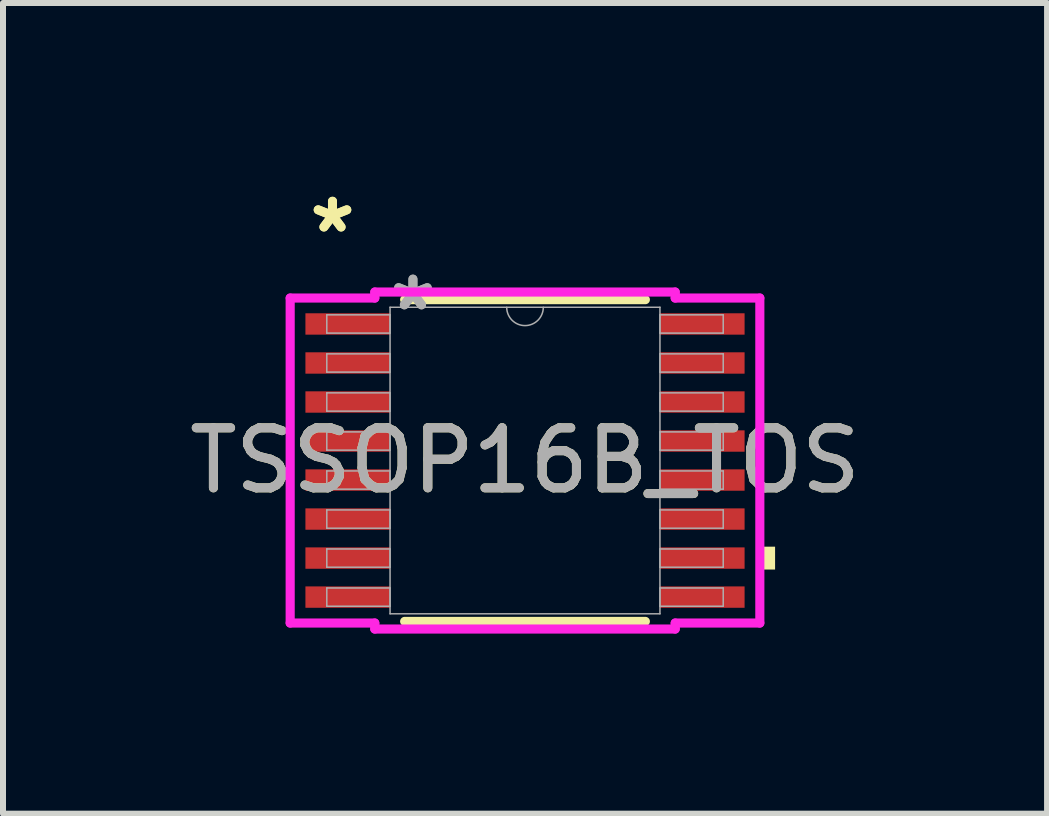
<source format=kicad_pcb>
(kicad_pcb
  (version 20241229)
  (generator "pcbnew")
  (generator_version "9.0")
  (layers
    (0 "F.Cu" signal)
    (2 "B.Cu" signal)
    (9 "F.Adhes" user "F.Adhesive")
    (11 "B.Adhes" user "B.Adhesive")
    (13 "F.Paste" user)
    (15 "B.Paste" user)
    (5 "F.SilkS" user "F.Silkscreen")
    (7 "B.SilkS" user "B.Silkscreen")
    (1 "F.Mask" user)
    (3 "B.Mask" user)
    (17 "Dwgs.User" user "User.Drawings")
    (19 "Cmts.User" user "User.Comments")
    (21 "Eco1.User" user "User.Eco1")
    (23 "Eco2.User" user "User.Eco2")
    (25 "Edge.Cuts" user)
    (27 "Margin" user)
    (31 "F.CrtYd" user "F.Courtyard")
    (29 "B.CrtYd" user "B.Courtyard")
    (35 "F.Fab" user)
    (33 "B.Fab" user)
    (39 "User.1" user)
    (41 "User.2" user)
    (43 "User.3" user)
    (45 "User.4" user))
  (footprint "TSSOP16B_TOS"
    (layer "F.Cu")
    (at 5.696 4.622)
    (property "Reference" "TSSOP16B_TOS" (at 0 0 0) (unlocked yes) (layer "F.SilkS") (effects (font (size 1 1) (thickness 0.15))))
    (attr smd)
    (fp_line (start -2.005 2.68) (end 2.005 2.68) (stroke (width 0.152) (type solid)) (layer "F.SilkS"))
    (fp_line (start 2.005 -2.68) (end -2.005 -2.68) (stroke (width 0.152) (type solid)) (layer "F.SilkS"))
    (fp_poly (pts (xy 4.166 1.435) (xy 4.166 1.816) (xy 3.912 1.816) (xy 3.912 1.435)) (stroke (width 0) (type solid)) (fill yes) (layer "F.SilkS"))
    (fp_line (start -3.912 -2.707) (end -2.502 -2.707) (stroke (width 0.152) (type solid)) (layer "F.CrtYd"))
    (fp_line (start -3.912 2.707) (end -3.912 -2.707) (stroke (width 0.152) (type solid)) (layer "F.CrtYd"))
    (fp_line (start -3.912 2.707) (end -2.502 2.707) (stroke (width 0.152) (type solid)) (layer "F.CrtYd"))
    (fp_line (start -2.502 -2.807) (end 2.502 -2.807) (stroke (width 0.152) (type solid)) (layer "F.CrtYd"))
    (fp_line (start -2.502 -2.707) (end -2.502 -2.807) (stroke (width 0.152) (type solid)) (layer "F.CrtYd"))
    (fp_line (start -2.502 2.807) (end -2.502 2.707) (stroke (width 0.152) (type solid)) (layer "F.CrtYd"))
    (fp_line (start 2.502 -2.807) (end 2.502 -2.707) (stroke (width 0.152) (type solid)) (layer "F.CrtYd"))
    (fp_line (start 2.502 2.707) (end 2.502 2.807) (stroke (width 0.152) (type solid)) (layer "F.CrtYd"))
    (fp_line (start 2.502 2.807) (end -2.502 2.807) (stroke (width 0.152) (type solid)) (layer "F.CrtYd"))
    (fp_line (start 3.912 -2.707) (end 2.502 -2.707) (stroke (width 0.152) (type solid)) (layer "F.CrtYd"))
    (fp_line (start 3.912 -2.707) (end 3.912 2.707) (stroke (width 0.152) (type solid)) (layer "F.CrtYd"))
    (fp_line (start 3.912 2.707) (end 2.502 2.707) (stroke (width 0.152) (type solid)) (layer "F.CrtYd"))
    (fp_line (start -3.302 -2.427) (end -3.302 -2.123) (stroke (width 0.025) (type solid)) (layer "F.Fab"))
    (fp_line (start -3.302 -2.123) (end -2.248 -2.123) (stroke (width 0.025) (type solid)) (layer "F.Fab"))
    (fp_line (start -3.302 -1.777) (end -3.302 -1.473) (stroke (width 0.025) (type solid)) (layer "F.Fab"))
    (fp_line (start -3.302 -1.473) (end -2.248 -1.473) (stroke (width 0.025) (type solid)) (layer "F.Fab"))
    (fp_line (start -3.302 -1.127) (end -3.302 -0.823) (stroke (width 0.025) (type solid)) (layer "F.Fab"))
    (fp_line (start -3.302 -0.823) (end -2.248 -0.823) (stroke (width 0.025) (type solid)) (layer "F.Fab"))
    (fp_line (start -3.302 -0.477) (end -3.302 -0.173) (stroke (width 0.025) (type solid)) (layer "F.Fab"))
    (fp_line (start -3.302 -0.173) (end -2.248 -0.173) (stroke (width 0.025) (type solid)) (layer "F.Fab"))
    (fp_line (start -3.302 0.173) (end -3.302 0.477) (stroke (width 0.025) (type solid)) (layer "F.Fab"))
    (fp_line (start -3.302 0.477) (end -2.248 0.477) (stroke (width 0.025) (type solid)) (layer "F.Fab"))
    (fp_line (start -3.302 0.823) (end -3.302 1.127) (stroke (width 0.025) (type solid)) (layer "F.Fab"))
    (fp_line (start -3.302 1.127) (end -2.248 1.127) (stroke (width 0.025) (type solid)) (layer "F.Fab"))
    (fp_line (start -3.302 1.473) (end -3.302 1.777) (stroke (width 0.025) (type solid)) (layer "F.Fab"))
    (fp_line (start -3.302 1.777) (end -2.248 1.777) (stroke (width 0.025) (type solid)) (layer "F.Fab"))
    (fp_line (start -3.302 2.123) (end -3.302 2.427) (stroke (width 0.025) (type solid)) (layer "F.Fab"))
    (fp_line (start -3.302 2.427) (end -2.248 2.427) (stroke (width 0.025) (type solid)) (layer "F.Fab"))
    (fp_line (start -2.248 -2.553) (end -2.248 2.553) (stroke (width 0.025) (type solid)) (layer "F.Fab"))
    (fp_line (start -2.248 -2.427) (end -3.302 -2.427) (stroke (width 0.025) (type solid)) (layer "F.Fab"))
    (fp_line (start -2.248 -2.123) (end -2.248 -2.427) (stroke (width 0.025) (type solid)) (layer "F.Fab"))
    (fp_line (start -2.248 -1.777) (end -3.302 -1.777) (stroke (width 0.025) (type solid)) (layer "F.Fab"))
    (fp_line (start -2.248 -1.473) (end -2.248 -1.777) (stroke (width 0.025) (type solid)) (layer "F.Fab"))
    (fp_line (start -2.248 -1.127) (end -3.302 -1.127) (stroke (width 0.025) (type solid)) (layer "F.Fab"))
    (fp_line (start -2.248 -0.823) (end -2.248 -1.127) (stroke (width 0.025) (type solid)) (layer "F.Fab"))
    (fp_line (start -2.248 -0.477) (end -3.302 -0.477) (stroke (width 0.025) (type solid)) (layer "F.Fab"))
    (fp_line (start -2.248 -0.173) (end -2.248 -0.477) (stroke (width 0.025) (type solid)) (layer "F.Fab"))
    (fp_line (start -2.248 0.173) (end -3.302 0.173) (stroke (width 0.025) (type solid)) (layer "F.Fab"))
    (fp_line (start -2.248 0.477) (end -2.248 0.173) (stroke (width 0.025) (type solid)) (layer "F.Fab"))
    (fp_line (start -2.248 0.823) (end -3.302 0.823) (stroke (width 0.025) (type solid)) (layer "F.Fab"))
    (fp_line (start -2.248 1.127) (end -2.248 0.823) (stroke (width 0.025) (type solid)) (layer "F.Fab"))
    (fp_line (start -2.248 1.473) (end -3.302 1.473) (stroke (width 0.025) (type solid)) (layer "F.Fab"))
    (fp_line (start -2.248 1.777) (end -2.248 1.473) (stroke (width 0.025) (type solid)) (layer "F.Fab"))
    (fp_line (start -2.248 2.123) (end -3.302 2.123) (stroke (width 0.025) (type solid)) (layer "F.Fab"))
    (fp_line (start -2.248 2.427) (end -2.248 2.123) (stroke (width 0.025) (type solid)) (layer "F.Fab"))
    (fp_line (start -2.248 2.553) (end 2.248 2.553) (stroke (width 0.025) (type solid)) (layer "F.Fab"))
    (fp_line (start 2.248 -2.553) (end -2.248 -2.553) (stroke (width 0.025) (type solid)) (layer "F.Fab"))
    (fp_line (start 2.248 -2.427) (end 2.248 -2.123) (stroke (width 0.025) (type solid)) (layer "F.Fab"))
    (fp_line (start 2.248 -2.123) (end 3.302 -2.123) (stroke (width 0.025) (type solid)) (layer "F.Fab"))
    (fp_line (start 2.248 -1.777) (end 2.248 -1.473) (stroke (width 0.025) (type solid)) (layer "F.Fab"))
    (fp_line (start 2.248 -1.473) (end 3.302 -1.473) (stroke (width 0.025) (type solid)) (layer "F.Fab"))
    (fp_line (start 2.248 -1.127) (end 2.248 -0.823) (stroke (width 0.025) (type solid)) (layer "F.Fab"))
    (fp_line (start 2.248 -0.823) (end 3.302 -0.823) (stroke (width 0.025) (type solid)) (layer "F.Fab"))
    (fp_line (start 2.248 -0.477) (end 2.248 -0.173) (stroke (width 0.025) (type solid)) (layer "F.Fab"))
    (fp_line (start 2.248 -0.173) (end 3.302 -0.173) (stroke (width 0.025) (type solid)) (layer "F.Fab"))
    (fp_line (start 2.248 0.173) (end 2.248 0.477) (stroke (width 0.025) (type solid)) (layer "F.Fab"))
    (fp_line (start 2.248 0.477) (end 3.302 0.477) (stroke (width 0.025) (type solid)) (layer "F.Fab"))
    (fp_line (start 2.248 0.823) (end 2.248 1.127) (stroke (width 0.025) (type solid)) (layer "F.Fab"))
    (fp_line (start 2.248 1.127) (end 3.302 1.127) (stroke (width 0.025) (type solid)) (layer "F.Fab"))
    (fp_line (start 2.248 1.473) (end 2.248 1.777) (stroke (width 0.025) (type solid)) (layer "F.Fab"))
    (fp_line (start 2.248 1.777) (end 3.302 1.777) (stroke (width 0.025) (type solid)) (layer "F.Fab"))
    (fp_line (start 2.248 2.123) (end 2.248 2.427) (stroke (width 0.025) (type solid)) (layer "F.Fab"))
    (fp_line (start 2.248 2.427) (end 3.302 2.427) (stroke (width 0.025) (type solid)) (layer "F.Fab"))
    (fp_line (start 2.248 2.553) (end 2.248 -2.553) (stroke (width 0.025) (type solid)) (layer "F.Fab"))
    (fp_line (start 3.302 -2.427) (end 2.248 -2.427) (stroke (width 0.025) (type solid)) (layer "F.Fab"))
    (fp_line (start 3.302 -2.123) (end 3.302 -2.427) (stroke (width 0.025) (type solid)) (layer "F.Fab"))
    (fp_line (start 3.302 -1.777) (end 2.248 -1.777) (stroke (width 0.025) (type solid)) (layer "F.Fab"))
    (fp_line (start 3.302 -1.473) (end 3.302 -1.777) (stroke (width 0.025) (type solid)) (layer "F.Fab"))
    (fp_line (start 3.302 -1.127) (end 2.248 -1.127) (stroke (width 0.025) (type solid)) (layer "F.Fab"))
    (fp_line (start 3.302 -0.823) (end 3.302 -1.127) (stroke (width 0.025) (type solid)) (layer "F.Fab"))
    (fp_line (start 3.302 -0.477) (end 2.248 -0.477) (stroke (width 0.025) (type solid)) (layer "F.Fab"))
    (fp_line (start 3.302 -0.173) (end 3.302 -0.477) (stroke (width 0.025) (type solid)) (layer "F.Fab"))
    (fp_line (start 3.302 0.173) (end 2.248 0.173) (stroke (width 0.025) (type solid)) (layer "F.Fab"))
    (fp_line (start 3.302 0.477) (end 3.302 0.173) (stroke (width 0.025) (type solid)) (layer "F.Fab"))
    (fp_line (start 3.302 0.823) (end 2.248 0.823) (stroke (width 0.025) (type solid)) (layer "F.Fab"))
    (fp_line (start 3.302 1.127) (end 3.302 0.823) (stroke (width 0.025) (type solid)) (layer "F.Fab"))
    (fp_line (start 3.302 1.473) (end 2.248 1.473) (stroke (width 0.025) (type solid)) (layer "F.Fab"))
    (fp_line (start 3.302 1.777) (end 3.302 1.473) (stroke (width 0.025) (type solid)) (layer "F.Fab"))
    (fp_line (start 3.302 2.123) (end 2.248 2.123) (stroke (width 0.025) (type solid)) (layer "F.Fab"))
    (fp_line (start 3.302 2.427) (end 3.302 2.123) (stroke (width 0.025) (type solid)) (layer "F.Fab"))
    (fp_arc (start 0.3048 -2.5527) (mid 0 -2.2479) (end -0.3048 -2.5527) (stroke (width 0.0254) (type solid)) (layer "F.Fab"))
    (fp_text user "*" (at -3.207 -3.774 0) (layer "F.SilkS") (effects (font (size 1 1) (thickness 0.15))))
    (fp_text user "*" (at -3.207 -3.774 0) (unlocked yes) (layer "F.SilkS") (effects (font (size 1 1) (thickness 0.15))))
    (fp_text user "*" (at -1.867 -2.477 0) (layer "F.Fab") (effects (font (size 1 1) (thickness 0.15))))
    (fp_text user "*" (at -1.867 -2.477 0) (unlocked yes) (layer "F.Fab") (effects (font (size 1 1) (thickness 0.15))))
    (fp_text user "${REFERENCE}" (at 0 0 0) (unlocked yes) (layer "F.Fab") (effects (font (size 1 1) (thickness 0.15))))
    (pad "1" smd rect (at -2.953 -2.275) (size 1.41 0.356) (layers "F.Cu" "F.Mask" "F.Paste"))
    (pad "2" smd rect (at -2.953 -1.625) (size 1.41 0.356) (layers "F.Cu" "F.Mask" "F.Paste"))
    (pad "3" smd rect (at -2.953 -0.975) (size 1.41 0.356) (layers "F.Cu" "F.Mask" "F.Paste"))
    (pad "4" smd rect (at -2.953 -0.325) (size 1.41 0.356) (layers "F.Cu" "F.Mask" "F.Paste"))
    (pad "5" smd rect (at -2.953 0.325) (size 1.41 0.356) (layers "F.Cu" "F.Mask" "F.Paste"))
    (pad "6" smd rect (at -2.953 0.975) (size 1.41 0.356) (layers "F.Cu" "F.Mask" "F.Paste"))
    (pad "7" smd rect (at -2.953 1.625) (size 1.41 0.356) (layers "F.Cu" "F.Mask" "F.Paste"))
    (pad "8" smd rect (at -2.953 2.275) (size 1.41 0.356) (layers "F.Cu" "F.Mask" "F.Paste"))
    (pad "9" smd rect (at 2.953 2.275) (size 1.41 0.356) (layers "F.Cu" "F.Mask" "F.Paste"))
    (pad "10" smd rect (at 2.953 1.625) (size 1.41 0.356) (layers "F.Cu" "F.Mask" "F.Paste"))
    (pad "11" smd rect (at 2.953 0.975) (size 1.41 0.356) (layers "F.Cu" "F.Mask" "F.Paste"))
    (pad "12" smd rect (at 2.953 0.325) (size 1.41 0.356) (layers "F.Cu" "F.Mask" "F.Paste"))
    (pad "13" smd rect (at 2.953 -0.325) (size 1.41 0.356) (layers "F.Cu" "F.Mask" "F.Paste"))
    (pad "14" smd rect (at 2.953 -0.975) (size 1.41 0.356) (layers "F.Cu" "F.Mask" "F.Paste"))
    (pad "15" smd rect (at 2.953 -1.625) (size 1.41 0.356) (layers "F.Cu" "F.Mask" "F.Paste"))
    (pad "16" smd rect (at 2.953 -2.275) (size 1.41 0.356) (layers "F.Cu" "F.Mask" "F.Paste")))
  (gr_rect
    (start -3 -3)
    (end 14.393 10.505)
    (stroke (width 0.1) (type default))
    (fill no)
    (layer "Edge.Cuts")))
</source>
